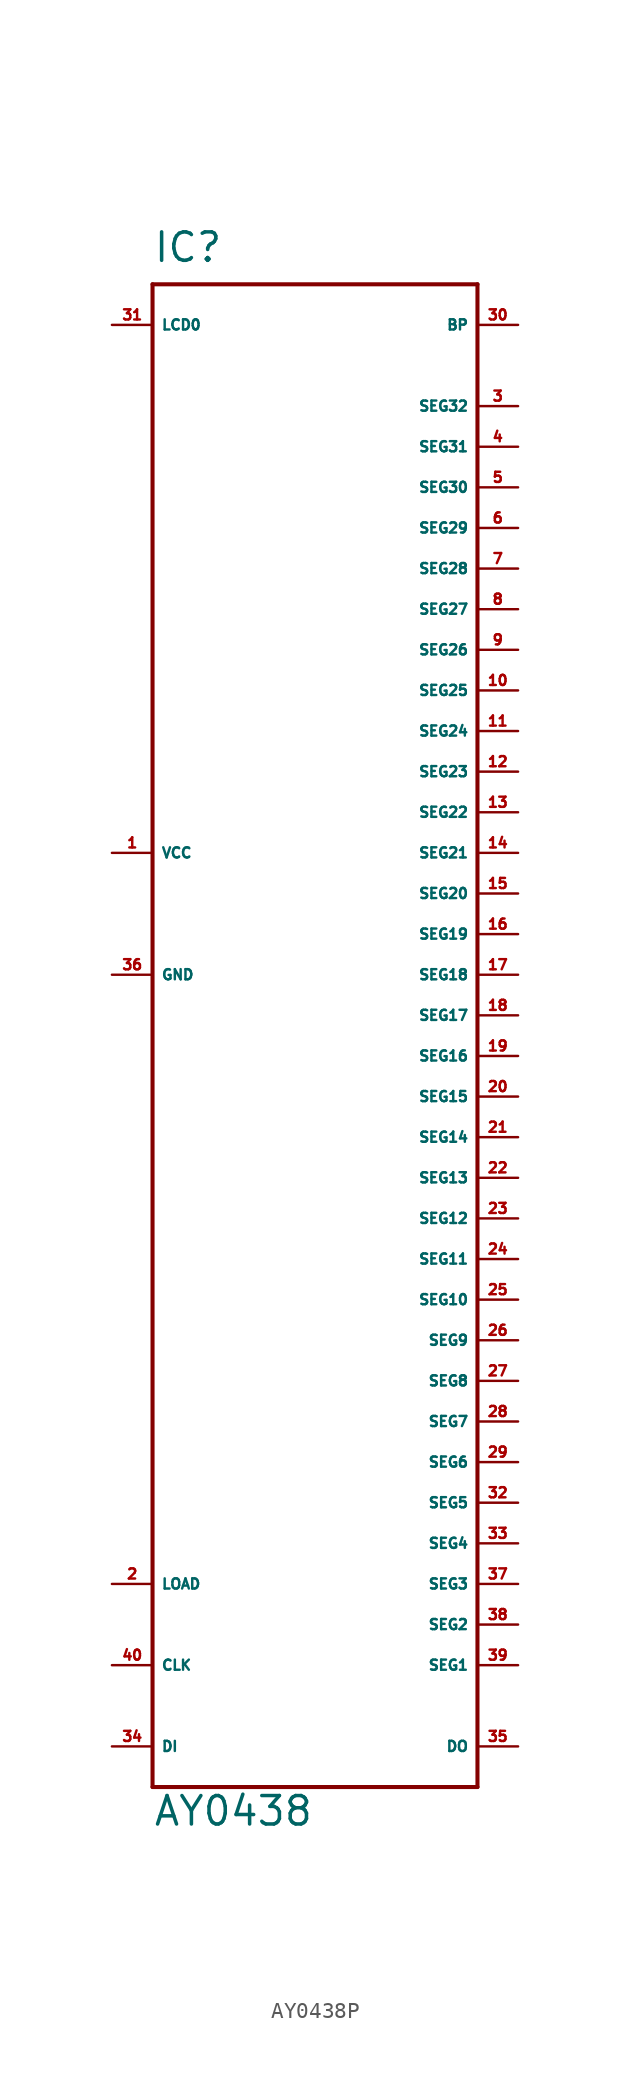
<source format=kicad_sym>
(kicad_symbol_lib
  (version 20220914)
  (generator Eagle2Kicad)
  (symbol "AY0438P"
    (property "Reference" "IC"
      (at -10.16 46.99 0)
      (effects (font (size 1.778 1.778) (thickness 0.22)) (justify left bottom)))
    (property "Value" "AY0438"
      (at -10.16 -50.8 0)
      (effects (font (size 1.778 1.778) (thickness 0.22)) (justify left bottom)))
    (polyline
      (pts (xy 10.16 45.72) (xy -10.16 45.72))
      (stroke (width 0.254) (type default))
      (fill (type none)))
    (polyline
      (pts (xy -10.16 45.72) (xy -10.16 -48.26))
      (stroke (width 0.254) (type default))
      (fill (type none)))
    (polyline
      (pts (xy -10.16 -48.26) (xy 10.16 -48.26))
      (stroke (width 0.254) (type default))
      (fill (type none)))
    (polyline
      (pts (xy 10.16 -48.26) (xy 10.16 45.72))
      (stroke (width 0.254) (type default))
      (fill (type none)))
    (pin output line
      (at 12.7 -40.64 180)
      (length 2.54)
      (name "SEG1" (effects (font (size 0.635 0.635) (thickness 0.08)) (justify left bottom)))
      (number "39" (effects (font (size 0.635 0.635) (thickness 0.08)) (justify left bottom))))
    (pin output line
      (at 12.7 -38.1 180)
      (length 2.54)
      (name "SEG2" (effects (font (size 0.635 0.635) (thickness 0.08)) (justify left bottom)))
      (number "38" (effects (font (size 0.635 0.635) (thickness 0.08)) (justify left bottom))))
    (pin output line
      (at 12.7 -35.56 180)
      (length 2.54)
      (name "SEG3" (effects (font (size 0.635 0.635) (thickness 0.08)) (justify left bottom)))
      (number "37" (effects (font (size 0.635 0.635) (thickness 0.08)) (justify left bottom))))
    (pin output line
      (at 12.7 -33.02 180)
      (length 2.54)
      (name "SEG4" (effects (font (size 0.635 0.635) (thickness 0.08)) (justify left bottom)))
      (number "33" (effects (font (size 0.635 0.635) (thickness 0.08)) (justify left bottom))))
    (pin output line
      (at 12.7 -30.48 180)
      (length 2.54)
      (name "SEG5" (effects (font (size 0.635 0.635) (thickness 0.08)) (justify left bottom)))
      (number "32" (effects (font (size 0.635 0.635) (thickness 0.08)) (justify left bottom))))
    (pin output line
      (at 12.7 -27.94 180)
      (length 2.54)
      (name "SEG6" (effects (font (size 0.635 0.635) (thickness 0.08)) (justify left bottom)))
      (number "29" (effects (font (size 0.635 0.635) (thickness 0.08)) (justify left bottom))))
    (pin output line
      (at 12.7 -25.4 180)
      (length 2.54)
      (name "SEG7" (effects (font (size 0.635 0.635) (thickness 0.08)) (justify left bottom)))
      (number "28" (effects (font (size 0.635 0.635) (thickness 0.08)) (justify left bottom))))
    (pin output line
      (at 12.7 -22.86 180)
      (length 2.54)
      (name "SEG8" (effects (font (size 0.635 0.635) (thickness 0.08)) (justify left bottom)))
      (number "27" (effects (font (size 0.635 0.635) (thickness 0.08)) (justify left bottom))))
    (pin output line
      (at 12.7 -20.32 180)
      (length 2.54)
      (name "SEG9" (effects (font (size 0.635 0.635) (thickness 0.08)) (justify left bottom)))
      (number "26" (effects (font (size 0.635 0.635) (thickness 0.08)) (justify left bottom))))
    (pin output line
      (at 12.7 -17.78 180)
      (length 2.54)
      (name "SEG10" (effects (font (size 0.635 0.635) (thickness 0.08)) (justify left bottom)))
      (number "25" (effects (font (size 0.635 0.635) (thickness 0.08)) (justify left bottom))))
    (pin output line
      (at 12.7 -15.24 180)
      (length 2.54)
      (name "SEG11" (effects (font (size 0.635 0.635) (thickness 0.08)) (justify left bottom)))
      (number "24" (effects (font (size 0.635 0.635) (thickness 0.08)) (justify left bottom))))
    (pin output line
      (at 12.7 -12.7 180)
      (length 2.54)
      (name "SEG12" (effects (font (size 0.635 0.635) (thickness 0.08)) (justify left bottom)))
      (number "23" (effects (font (size 0.635 0.635) (thickness 0.08)) (justify left bottom))))
    (pin output line
      (at 12.7 -10.16 180)
      (length 2.54)
      (name "SEG13" (effects (font (size 0.635 0.635) (thickness 0.08)) (justify left bottom)))
      (number "22" (effects (font (size 0.635 0.635) (thickness 0.08)) (justify left bottom))))
    (pin output line
      (at 12.7 -7.62 180)
      (length 2.54)
      (name "SEG14" (effects (font (size 0.635 0.635) (thickness 0.08)) (justify left bottom)))
      (number "21" (effects (font (size 0.635 0.635) (thickness 0.08)) (justify left bottom))))
    (pin output line
      (at 12.7 -5.08 180)
      (length 2.54)
      (name "SEG15" (effects (font (size 0.635 0.635) (thickness 0.08)) (justify left bottom)))
      (number "20" (effects (font (size 0.635 0.635) (thickness 0.08)) (justify left bottom))))
    (pin output line
      (at 12.7 -2.54 180)
      (length 2.54)
      (name "SEG16" (effects (font (size 0.635 0.635) (thickness 0.08)) (justify left bottom)))
      (number "19" (effects (font (size 0.635 0.635) (thickness 0.08)) (justify left bottom))))
    (pin output line
      (at 12.7 0 180)
      (length 2.54)
      (name "SEG17" (effects (font (size 0.635 0.635) (thickness 0.08)) (justify left bottom)))
      (number "18" (effects (font (size 0.635 0.635) (thickness 0.08)) (justify left bottom))))
    (pin output line
      (at 12.7 2.54 180)
      (length 2.54)
      (name "SEG18" (effects (font (size 0.635 0.635) (thickness 0.08)) (justify left bottom)))
      (number "17" (effects (font (size 0.635 0.635) (thickness 0.08)) (justify left bottom))))
    (pin output line
      (at 12.7 5.08 180)
      (length 2.54)
      (name "SEG19" (effects (font (size 0.635 0.635) (thickness 0.08)) (justify left bottom)))
      (number "16" (effects (font (size 0.635 0.635) (thickness 0.08)) (justify left bottom))))
    (pin output line
      (at 12.7 7.62 180)
      (length 2.54)
      (name "SEG20" (effects (font (size 0.635 0.635) (thickness 0.08)) (justify left bottom)))
      (number "15" (effects (font (size 0.635 0.635) (thickness 0.08)) (justify left bottom))))
    (pin output line
      (at 12.7 10.16 180)
      (length 2.54)
      (name "SEG21" (effects (font (size 0.635 0.635) (thickness 0.08)) (justify left bottom)))
      (number "14" (effects (font (size 0.635 0.635) (thickness 0.08)) (justify left bottom))))
    (pin output line
      (at 12.7 12.7 180)
      (length 2.54)
      (name "SEG22" (effects (font (size 0.635 0.635) (thickness 0.08)) (justify left bottom)))
      (number "13" (effects (font (size 0.635 0.635) (thickness 0.08)) (justify left bottom))))
    (pin output line
      (at 12.7 15.24 180)
      (length 2.54)
      (name "SEG23" (effects (font (size 0.635 0.635) (thickness 0.08)) (justify left bottom)))
      (number "12" (effects (font (size 0.635 0.635) (thickness 0.08)) (justify left bottom))))
    (pin output line
      (at 12.7 17.78 180)
      (length 2.54)
      (name "SEG24" (effects (font (size 0.635 0.635) (thickness 0.08)) (justify left bottom)))
      (number "11" (effects (font (size 0.635 0.635) (thickness 0.08)) (justify left bottom))))
    (pin output line
      (at 12.7 20.32 180)
      (length 2.54)
      (name "SEG25" (effects (font (size 0.635 0.635) (thickness 0.08)) (justify left bottom)))
      (number "10" (effects (font (size 0.635 0.635) (thickness 0.08)) (justify left bottom))))
    (pin output line
      (at 12.7 22.86 180)
      (length 2.54)
      (name "SEG26" (effects (font (size 0.635 0.635) (thickness 0.08)) (justify left bottom)))
      (number "9" (effects (font (size 0.635 0.635) (thickness 0.08)) (justify left bottom))))
    (pin output line
      (at 12.7 25.4 180)
      (length 2.54)
      (name "SEG27" (effects (font (size 0.635 0.635) (thickness 0.08)) (justify left bottom)))
      (number "8" (effects (font (size 0.635 0.635) (thickness 0.08)) (justify left bottom))))
    (pin output line
      (at 12.7 27.94 180)
      (length 2.54)
      (name "SEG28" (effects (font (size 0.635 0.635) (thickness 0.08)) (justify left bottom)))
      (number "7" (effects (font (size 0.635 0.635) (thickness 0.08)) (justify left bottom))))
    (pin output line
      (at 12.7 30.48 180)
      (length 2.54)
      (name "SEG29" (effects (font (size 0.635 0.635) (thickness 0.08)) (justify left bottom)))
      (number "6" (effects (font (size 0.635 0.635) (thickness 0.08)) (justify left bottom))))
    (pin output line
      (at 12.7 33.02 180)
      (length 2.54)
      (name "SEG30" (effects (font (size 0.635 0.635) (thickness 0.08)) (justify left bottom)))
      (number "5" (effects (font (size 0.635 0.635) (thickness 0.08)) (justify left bottom))))
    (pin output line
      (at 12.7 35.56 180)
      (length 2.54)
      (name "SEG31" (effects (font (size 0.635 0.635) (thickness 0.08)) (justify left bottom)))
      (number "4" (effects (font (size 0.635 0.635) (thickness 0.08)) (justify left bottom))))
    (pin output line
      (at 12.7 38.1 180)
      (length 2.54)
      (name "SEG32" (effects (font (size 0.635 0.635) (thickness 0.08)) (justify left bottom)))
      (number "3" (effects (font (size 0.635 0.635) (thickness 0.08)) (justify left bottom))))
    (pin output line
      (at 12.7 -45.72 180)
      (length 2.54)
      (name "DO" (effects (font (size 0.635 0.635) (thickness 0.08)) (justify left bottom)))
      (number "35" (effects (font (size 0.635 0.635) (thickness 0.08)) (justify left bottom))))
    (pin input line
      (at -12.7 -35.56 0)
      (length 2.54)
      (name "LOAD" (effects (font (size 0.635 0.635) (thickness 0.08)) (justify left bottom)))
      (number "2" (effects (font (size 0.635 0.635) (thickness 0.08)) (justify left bottom))))
    (pin input line
      (at -12.7 43.18 0)
      (length 2.54)
      (name "LCD0" (effects (font (size 0.635 0.635) (thickness 0.08)) (justify left bottom)))
      (number "31" (effects (font (size 0.635 0.635) (thickness 0.08)) (justify left bottom))))
    (pin input line
      (at -12.7 -45.72 0)
      (length 2.54)
      (name "DI" (effects (font (size 0.635 0.635) (thickness 0.08)) (justify left bottom)))
      (number "34" (effects (font (size 0.635 0.635) (thickness 0.08)) (justify left bottom))))
    (pin input line
      (at -12.7 -40.64 0)
      (length 2.54)
      (name "CLK" (effects (font (size 0.635 0.635) (thickness 0.08)) (justify left bottom)))
      (number "40" (effects (font (size 0.635 0.635) (thickness 0.08)) (justify left bottom))))
    (pin unspecified line
      (at -12.7 2.54 0)
      (length 2.54)
      (name "GND" (effects (font (size 0.635 0.635) (thickness 0.08)) (justify left bottom)))
      (number "36" (effects (font (size 0.635 0.635) (thickness 0.08)) (justify left bottom))))
    (pin unspecified line
      (at -12.7 10.16 0)
      (length 2.54)
      (name "VCC" (effects (font (size 0.635 0.635) (thickness 0.08)) (justify left bottom)))
      (number "1" (effects (font (size 0.635 0.635) (thickness 0.08)) (justify left bottom))))
    (pin output line
      (at 12.7 43.18 180)
      (length 2.54)
      (name "BP" (effects (font (size 0.635 0.635) (thickness 0.08)) (justify left bottom)))
      (number "30" (effects (font (size 0.635 0.635) (thickness 0.08)) (justify left bottom))))))
</source>
